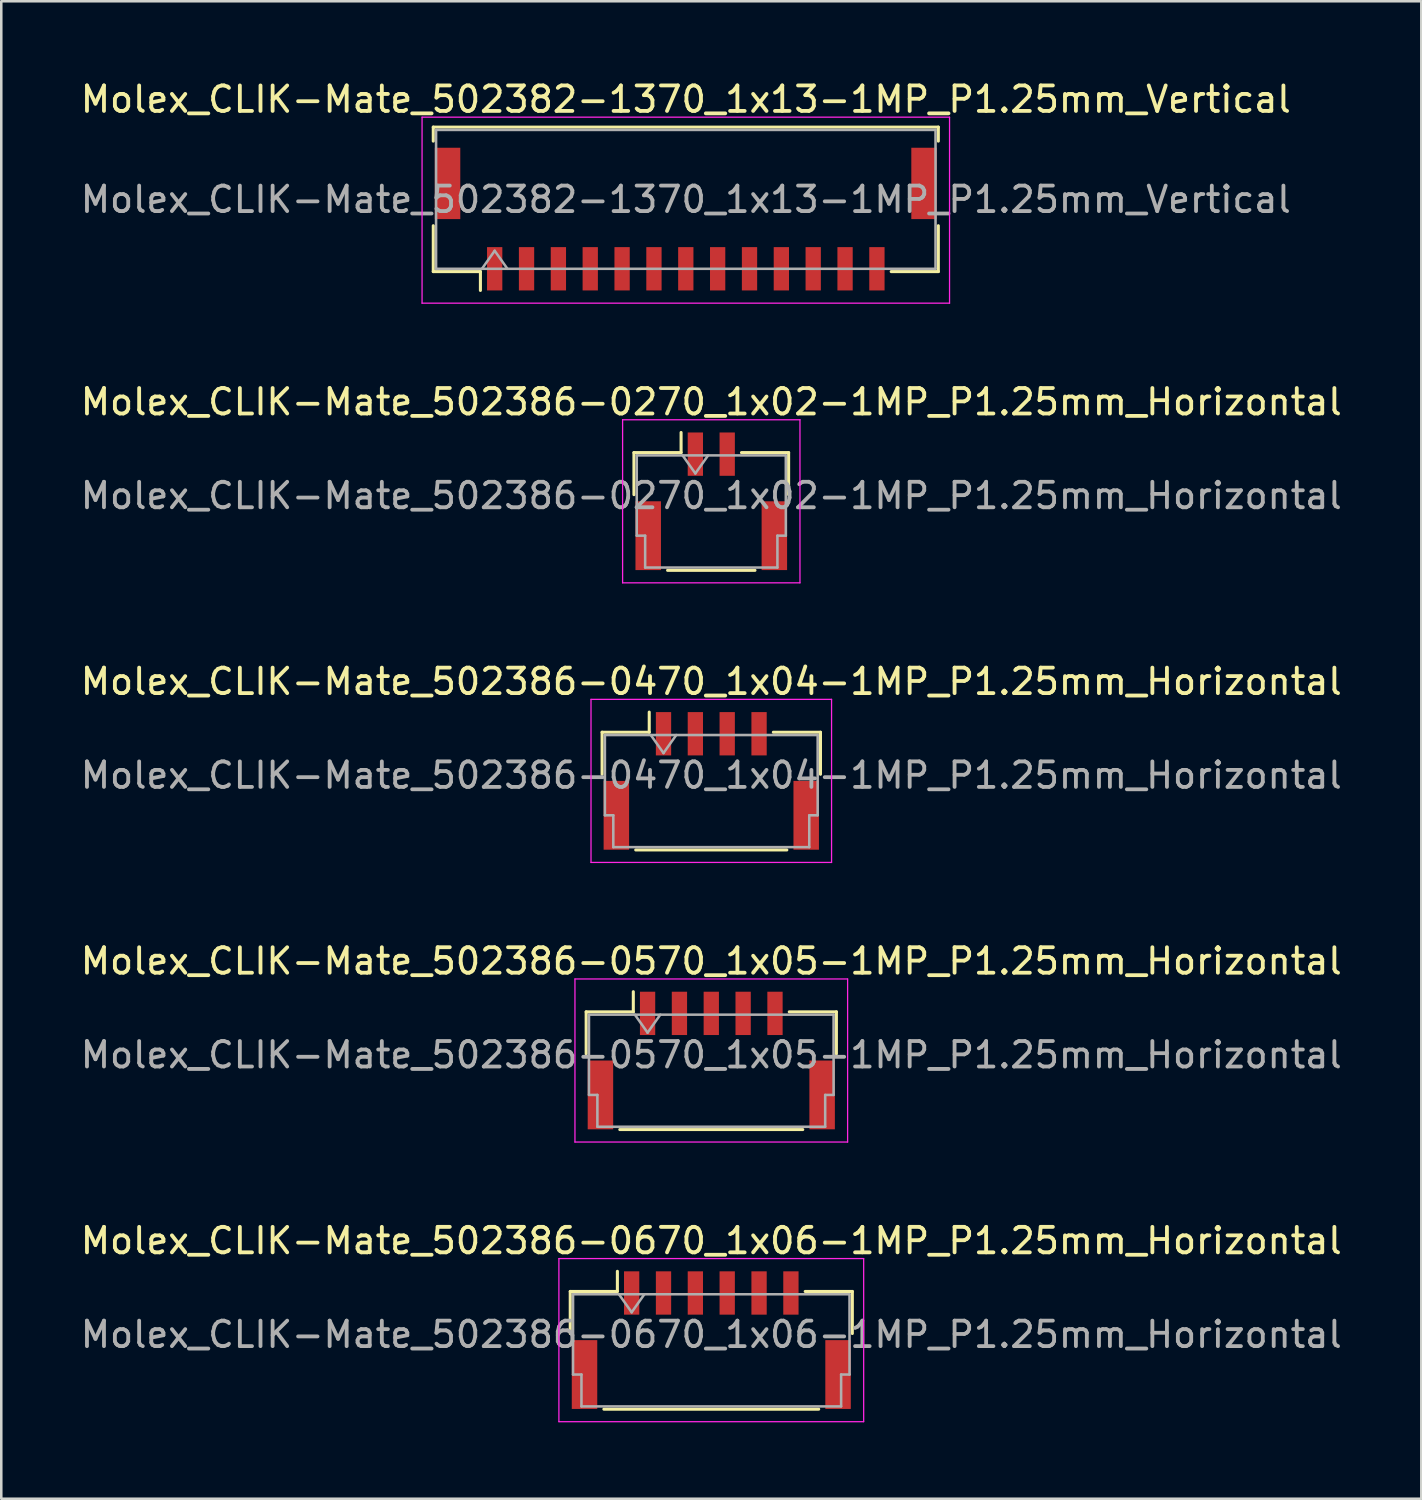
<source format=kicad_pcb>
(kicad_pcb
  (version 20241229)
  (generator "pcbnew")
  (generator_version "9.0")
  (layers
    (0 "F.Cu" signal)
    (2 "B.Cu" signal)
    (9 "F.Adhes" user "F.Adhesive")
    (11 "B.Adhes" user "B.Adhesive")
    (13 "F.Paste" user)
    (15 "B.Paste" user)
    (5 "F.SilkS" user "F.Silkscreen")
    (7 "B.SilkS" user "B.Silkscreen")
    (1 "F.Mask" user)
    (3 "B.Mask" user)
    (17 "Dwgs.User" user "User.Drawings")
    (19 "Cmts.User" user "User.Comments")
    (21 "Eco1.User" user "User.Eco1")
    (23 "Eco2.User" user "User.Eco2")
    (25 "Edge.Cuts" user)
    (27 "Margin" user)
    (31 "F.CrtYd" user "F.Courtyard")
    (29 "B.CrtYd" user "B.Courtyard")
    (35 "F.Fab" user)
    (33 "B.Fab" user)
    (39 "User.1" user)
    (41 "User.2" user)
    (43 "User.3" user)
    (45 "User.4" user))
  (footprint "Molex_CLIK-Mate_502386-0270_1x02-1MP_P1.25mm_Horizontal"
    (layer "F.Cu")
    (at 24.863 16.622)
    (property "Reference" "Molex_CLIK-Mate_502386-0270_1x02-1MP_P1.25mm_Horizontal" (at 0 -3.9 0) (layer "F.SilkS") (effects (font (size 1 1) (thickness 0.15))))
    (attr smd)
    (fp_line (start -3.035 -1.91) (end -1.185 -1.91) (stroke (width 0.12) (type solid)) (layer "F.SilkS"))
    (fp_line (start -3.035 -0.26) (end -3.035 -1.91) (stroke (width 0.12) (type solid)) (layer "F.SilkS"))
    (fp_line (start -1.715 2.71) (end 1.715 2.71) (stroke (width 0.12) (type solid)) (layer "F.SilkS"))
    (fp_line (start -1.185 -1.91) (end -1.185 -2.7) (stroke (width 0.12) (type solid)) (layer "F.SilkS"))
    (fp_line (start 3.035 -1.91) (end 1.185 -1.91) (stroke (width 0.12) (type solid)) (layer "F.SilkS"))
    (fp_line (start 3.035 -0.26) (end 3.035 -1.91) (stroke (width 0.12) (type solid)) (layer "F.SilkS"))
    (fp_line (start -3.48 -3.2) (end -3.48 3.2) (stroke (width 0.05) (type solid)) (layer "F.CrtYd"))
    (fp_line (start -3.48 3.2) (end 3.48 3.2) (stroke (width 0.05) (type solid)) (layer "F.CrtYd"))
    (fp_line (start 3.48 -3.2) (end -3.48 -3.2) (stroke (width 0.05) (type solid)) (layer "F.CrtYd"))
    (fp_line (start 3.48 3.2) (end 3.48 -3.2) (stroke (width 0.05) (type solid)) (layer "F.CrtYd"))
    (fp_line (start -2.925 -1.8) (end -2.925 1.35) (stroke (width 0.1) (type solid)) (layer "F.Fab"))
    (fp_line (start -2.925 -1.8) (end 2.925 -1.8) (stroke (width 0.1) (type solid)) (layer "F.Fab"))
    (fp_line (start -2.925 1.35) (end -2.595 1.35) (stroke (width 0.1) (type solid)) (layer "F.Fab"))
    (fp_line (start -2.595 1.35) (end -2.595 2.6) (stroke (width 0.1) (type solid)) (layer "F.Fab"))
    (fp_line (start -2.595 2.6) (end 2.595 2.6) (stroke (width 0.1) (type solid)) (layer "F.Fab"))
    (fp_line (start -1.125 -1.8) (end -0.625 -1.093) (stroke (width 0.1) (type solid)) (layer "F.Fab"))
    (fp_line (start -0.625 -1.093) (end -0.125 -1.8) (stroke (width 0.1) (type solid)) (layer "F.Fab"))
    (fp_line (start 2.595 1.35) (end 2.925 1.35) (stroke (width 0.1) (type solid)) (layer "F.Fab"))
    (fp_line (start 2.595 2.6) (end 2.595 1.35) (stroke (width 0.1) (type solid)) (layer "F.Fab"))
    (fp_line (start 2.925 -1.8) (end 2.925 1.35) (stroke (width 0.1) (type solid)) (layer "F.Fab"))
    (fp_text user "${REFERENCE}" (at 0 -0.22 0) (layer "F.Fab") (effects (font (size 1 1) (thickness 0.15))))
    (pad "1" smd rect (at -0.625 -1.85) (size 0.6 1.7) (layers "F.Cu" "F.Mask" "F.Paste"))
    (pad "2" smd rect (at 0.625 -1.85) (size 0.6 1.7) (layers "F.Cu" "F.Mask" "F.Paste"))
    (pad "MP" smd rect (at -2.475 1.35) (size 1 2.7) (layers "F.Cu" "F.Mask" "F.Paste"))
    (pad "MP" smd rect (at 2.475 1.35) (size 1 2.7) (layers "F.Cu" "F.Mask" "F.Paste")))
  (footprint "Molex_CLIK-Mate_502386-0470_1x04-1MP_P1.25mm_Horizontal"
    (layer "F.Cu")
    (at 24.863 27.595)
    (property "Reference" "Molex_CLIK-Mate_502386-0470_1x04-1MP_P1.25mm_Horizontal" (at 0 -3.9 0) (layer "F.SilkS") (effects (font (size 1 1) (thickness 0.15))))
    (attr smd)
    (fp_line (start -4.285 -1.91) (end -2.435 -1.91) (stroke (width 0.12) (type solid)) (layer "F.SilkS"))
    (fp_line (start -4.285 -0.26) (end -4.285 -1.91) (stroke (width 0.12) (type solid)) (layer "F.SilkS"))
    (fp_line (start -2.965 2.71) (end 2.965 2.71) (stroke (width 0.12) (type solid)) (layer "F.SilkS"))
    (fp_line (start -2.435 -1.91) (end -2.435 -2.7) (stroke (width 0.12) (type solid)) (layer "F.SilkS"))
    (fp_line (start 4.285 -1.91) (end 2.435 -1.91) (stroke (width 0.12) (type solid)) (layer "F.SilkS"))
    (fp_line (start 4.285 -0.26) (end 4.285 -1.91) (stroke (width 0.12) (type solid)) (layer "F.SilkS"))
    (fp_line (start -4.72 -3.2) (end -4.72 3.2) (stroke (width 0.05) (type solid)) (layer "F.CrtYd"))
    (fp_line (start -4.72 3.2) (end 4.72 3.2) (stroke (width 0.05) (type solid)) (layer "F.CrtYd"))
    (fp_line (start 4.72 -3.2) (end -4.72 -3.2) (stroke (width 0.05) (type solid)) (layer "F.CrtYd"))
    (fp_line (start 4.72 3.2) (end 4.72 -3.2) (stroke (width 0.05) (type solid)) (layer "F.CrtYd"))
    (fp_line (start -4.175 -1.8) (end -4.175 1.35) (stroke (width 0.1) (type solid)) (layer "F.Fab"))
    (fp_line (start -4.175 -1.8) (end 4.175 -1.8) (stroke (width 0.1) (type solid)) (layer "F.Fab"))
    (fp_line (start -4.175 1.35) (end -3.845 1.35) (stroke (width 0.1) (type solid)) (layer "F.Fab"))
    (fp_line (start -3.845 1.35) (end -3.845 2.6) (stroke (width 0.1) (type solid)) (layer "F.Fab"))
    (fp_line (start -3.845 2.6) (end 3.845 2.6) (stroke (width 0.1) (type solid)) (layer "F.Fab"))
    (fp_line (start -2.375 -1.8) (end -1.875 -1.093) (stroke (width 0.1) (type solid)) (layer "F.Fab"))
    (fp_line (start -1.875 -1.093) (end -1.375 -1.8) (stroke (width 0.1) (type solid)) (layer "F.Fab"))
    (fp_line (start 3.845 1.35) (end 4.175 1.35) (stroke (width 0.1) (type solid)) (layer "F.Fab"))
    (fp_line (start 3.845 2.6) (end 3.845 1.35) (stroke (width 0.1) (type solid)) (layer "F.Fab"))
    (fp_line (start 4.175 -1.8) (end 4.175 1.35) (stroke (width 0.1) (type solid)) (layer "F.Fab"))
    (fp_text user "${REFERENCE}" (at 0 -0.22 0) (layer "F.Fab") (effects (font (size 1 1) (thickness 0.15))))
    (pad "1" smd rect (at -1.875 -1.85) (size 0.6 1.7) (layers "F.Cu" "F.Mask" "F.Paste"))
    (pad "2" smd rect (at -0.625 -1.85) (size 0.6 1.7) (layers "F.Cu" "F.Mask" "F.Paste"))
    (pad "3" smd rect (at 0.625 -1.85) (size 0.6 1.7) (layers "F.Cu" "F.Mask" "F.Paste"))
    (pad "4" smd rect (at 1.875 -1.85) (size 0.6 1.7) (layers "F.Cu" "F.Mask" "F.Paste"))
    (pad "MP" smd rect (at -3.725 1.35) (size 1 2.7) (layers "F.Cu" "F.Mask" "F.Paste"))
    (pad "MP" smd rect (at 3.725 1.35) (size 1 2.7) (layers "F.Cu" "F.Mask" "F.Paste")))
  (footprint "Molex_CLIK-Mate_502386-0670_1x06-1MP_P1.25mm_Horizontal"
    (layer "F.Cu")
    (at 24.863 49.541)
    (property "Reference" "Molex_CLIK-Mate_502386-0670_1x06-1MP_P1.25mm_Horizontal" (at 0 -3.9 0) (layer "F.SilkS") (effects (font (size 1 1) (thickness 0.15))))
    (attr smd)
    (fp_line (start -5.535 -1.91) (end -3.685 -1.91) (stroke (width 0.12) (type solid)) (layer "F.SilkS"))
    (fp_line (start -5.535 -0.26) (end -5.535 -1.91) (stroke (width 0.12) (type solid)) (layer "F.SilkS"))
    (fp_line (start -4.215 2.71) (end 4.215 2.71) (stroke (width 0.12) (type solid)) (layer "F.SilkS"))
    (fp_line (start -3.685 -1.91) (end -3.685 -2.7) (stroke (width 0.12) (type solid)) (layer "F.SilkS"))
    (fp_line (start 5.535 -1.91) (end 3.685 -1.91) (stroke (width 0.12) (type solid)) (layer "F.SilkS"))
    (fp_line (start 5.535 -0.26) (end 5.535 -1.91) (stroke (width 0.12) (type solid)) (layer "F.SilkS"))
    (fp_line (start -5.98 -3.2) (end -5.98 3.2) (stroke (width 0.05) (type solid)) (layer "F.CrtYd"))
    (fp_line (start -5.98 3.2) (end 5.98 3.2) (stroke (width 0.05) (type solid)) (layer "F.CrtYd"))
    (fp_line (start 5.98 -3.2) (end -5.98 -3.2) (stroke (width 0.05) (type solid)) (layer "F.CrtYd"))
    (fp_line (start 5.98 3.2) (end 5.98 -3.2) (stroke (width 0.05) (type solid)) (layer "F.CrtYd"))
    (fp_line (start -5.425 -1.8) (end -5.425 1.35) (stroke (width 0.1) (type solid)) (layer "F.Fab"))
    (fp_line (start -5.425 -1.8) (end 5.425 -1.8) (stroke (width 0.1) (type solid)) (layer "F.Fab"))
    (fp_line (start -5.425 1.35) (end -5.095 1.35) (stroke (width 0.1) (type solid)) (layer "F.Fab"))
    (fp_line (start -5.095 1.35) (end -5.095 2.6) (stroke (width 0.1) (type solid)) (layer "F.Fab"))
    (fp_line (start -5.095 2.6) (end 5.095 2.6) (stroke (width 0.1) (type solid)) (layer "F.Fab"))
    (fp_line (start -3.625 -1.8) (end -3.125 -1.093) (stroke (width 0.1) (type solid)) (layer "F.Fab"))
    (fp_line (start -3.125 -1.093) (end -2.625 -1.8) (stroke (width 0.1) (type solid)) (layer "F.Fab"))
    (fp_line (start 5.095 1.35) (end 5.425 1.35) (stroke (width 0.1) (type solid)) (layer "F.Fab"))
    (fp_line (start 5.095 2.6) (end 5.095 1.35) (stroke (width 0.1) (type solid)) (layer "F.Fab"))
    (fp_line (start 5.425 -1.8) (end 5.425 1.35) (stroke (width 0.1) (type solid)) (layer "F.Fab"))
    (fp_text user "${REFERENCE}" (at 0 -0.22 0) (layer "F.Fab") (effects (font (size 1 1) (thickness 0.15))))
    (pad "1" smd rect (at -3.125 -1.85) (size 0.6 1.7) (layers "F.Cu" "F.Mask" "F.Paste"))
    (pad "2" smd rect (at -1.875 -1.85) (size 0.6 1.7) (layers "F.Cu" "F.Mask" "F.Paste"))
    (pad "3" smd rect (at -0.625 -1.85) (size 0.6 1.7) (layers "F.Cu" "F.Mask" "F.Paste"))
    (pad "4" smd rect (at 0.625 -1.85) (size 0.6 1.7) (layers "F.Cu" "F.Mask" "F.Paste"))
    (pad "5" smd rect (at 1.875 -1.85) (size 0.6 1.7) (layers "F.Cu" "F.Mask" "F.Paste"))
    (pad "6" smd rect (at 3.125 -1.85) (size 0.6 1.7) (layers "F.Cu" "F.Mask" "F.Paste"))
    (pad "MP" smd rect (at -4.975 1.35) (size 1 2.7) (layers "F.Cu" "F.Mask" "F.Paste"))
    (pad "MP" smd rect (at 4.975 1.35) (size 1 2.7) (layers "F.Cu" "F.Mask" "F.Paste")))
  (footprint "Molex_CLIK-Mate_502382-1370_1x13-1MP_P1.25mm_Vertical"
    (layer "F.Cu")
    (at 23.863 5.548)
    (property "Reference" "Molex_CLIK-Mate_502382-1370_1x13-1MP_P1.25mm_Vertical" (at 0 -4.7 0) (layer "F.SilkS") (effects (font (size 1 1) (thickness 0.15))))
    (attr smd)
    (fp_line (start -9.91 -3.61) (end 9.91 -3.61) (stroke (width 0.12) (type solid)) (layer "F.SilkS"))
    (fp_line (start -9.91 -3.06) (end -9.91 -3.61) (stroke (width 0.12) (type solid)) (layer "F.SilkS"))
    (fp_line (start -9.91 0.26) (end -9.91 2.06) (stroke (width 0.12) (type solid)) (layer "F.SilkS"))
    (fp_line (start -9.91 2.06) (end -8.06 2.06) (stroke (width 0.12) (type solid)) (layer "F.SilkS"))
    (fp_line (start -8.06 2.06) (end -8.06 2.8) (stroke (width 0.12) (type solid)) (layer "F.SilkS"))
    (fp_line (start 9.91 -3.61) (end 9.91 -3.06) (stroke (width 0.12) (type solid)) (layer "F.SilkS"))
    (fp_line (start 9.91 0.26) (end 9.91 2.06) (stroke (width 0.12) (type solid)) (layer "F.SilkS"))
    (fp_line (start 9.91 2.06) (end 8.06 2.06) (stroke (width 0.12) (type solid)) (layer "F.SilkS"))
    (fp_line (start -10.35 -4) (end -10.35 3.3) (stroke (width 0.05) (type solid)) (layer "F.CrtYd"))
    (fp_line (start -10.35 3.3) (end 10.35 3.3) (stroke (width 0.05) (type solid)) (layer "F.CrtYd"))
    (fp_line (start 10.35 -4) (end -10.35 -4) (stroke (width 0.05) (type solid)) (layer "F.CrtYd"))
    (fp_line (start 10.35 3.3) (end 10.35 -4) (stroke (width 0.05) (type solid)) (layer "F.CrtYd"))
    (fp_line (start -9.8 -3.5) (end 9.8 -3.5) (stroke (width 0.1) (type solid)) (layer "F.Fab"))
    (fp_line (start -9.8 1.95) (end -9.8 -3.5) (stroke (width 0.1) (type solid)) (layer "F.Fab"))
    (fp_line (start -9.8 1.95) (end 9.8 1.95) (stroke (width 0.1) (type solid)) (layer "F.Fab"))
    (fp_line (start -8 1.95) (end -7.5 1.243) (stroke (width 0.1) (type solid)) (layer "F.Fab"))
    (fp_line (start -7.5 1.243) (end -7 1.95) (stroke (width 0.1) (type solid)) (layer "F.Fab"))
    (fp_line (start 9.8 1.95) (end 9.8 -3.5) (stroke (width 0.1) (type solid)) (layer "F.Fab"))
    (fp_text user "${REFERENCE}" (at 0 -0.77 0) (layer "F.Fab") (effects (font (size 1 1) (thickness 0.15))))
    (pad "1" smd rect (at -7.5 1.95) (size 0.6 1.7) (layers "F.Cu" "F.Mask" "F.Paste"))
    (pad "2" smd rect (at -6.25 1.95) (size 0.6 1.7) (layers "F.Cu" "F.Mask" "F.Paste"))
    (pad "3" smd rect (at -5 1.95) (size 0.6 1.7) (layers "F.Cu" "F.Mask" "F.Paste"))
    (pad "4" smd rect (at -3.75 1.95) (size 0.6 1.7) (layers "F.Cu" "F.Mask" "F.Paste"))
    (pad "5" smd rect (at -2.5 1.95) (size 0.6 1.7) (layers "F.Cu" "F.Mask" "F.Paste"))
    (pad "6" smd rect (at -1.25 1.95) (size 0.6 1.7) (layers "F.Cu" "F.Mask" "F.Paste"))
    (pad "7" smd rect (at 0 1.95) (size 0.6 1.7) (layers "F.Cu" "F.Mask" "F.Paste"))
    (pad "8" smd rect (at 1.25 1.95) (size 0.6 1.7) (layers "F.Cu" "F.Mask" "F.Paste"))
    (pad "9" smd rect (at 2.5 1.95) (size 0.6 1.7) (layers "F.Cu" "F.Mask" "F.Paste"))
    (pad "10" smd rect (at 3.75 1.95) (size 0.6 1.7) (layers "F.Cu" "F.Mask" "F.Paste"))
    (pad "11" smd rect (at 5 1.95) (size 0.6 1.7) (layers "F.Cu" "F.Mask" "F.Paste"))
    (pad "12" smd rect (at 6.25 1.95) (size 0.6 1.7) (layers "F.Cu" "F.Mask" "F.Paste"))
    (pad "13" smd rect (at 7.5 1.95) (size 0.6 1.7) (layers "F.Cu" "F.Mask" "F.Paste"))
    (pad "MP" smd rect (at -9.35 -1.4) (size 1 2.8) (layers "F.Cu" "F.Mask" "F.Paste"))
    (pad "MP" smd rect (at 9.35 -1.4) (size 1 2.8) (layers "F.Cu" "F.Mask" "F.Paste")))
  (footprint "Molex_CLIK-Mate_502386-0570_1x05-1MP_P1.25mm_Horizontal"
    (layer "F.Cu")
    (at 24.863 38.568)
    (property "Reference" "Molex_CLIK-Mate_502386-0570_1x05-1MP_P1.25mm_Horizontal" (at 0 -3.9 0) (layer "F.SilkS") (effects (font (size 1 1) (thickness 0.15))))
    (attr smd)
    (fp_line (start -4.91 -1.91) (end -3.06 -1.91) (stroke (width 0.12) (type solid)) (layer "F.SilkS"))
    (fp_line (start -4.91 -0.26) (end -4.91 -1.91) (stroke (width 0.12) (type solid)) (layer "F.SilkS"))
    (fp_line (start -3.59 2.71) (end 3.59 2.71) (stroke (width 0.12) (type solid)) (layer "F.SilkS"))
    (fp_line (start -3.06 -1.91) (end -3.06 -2.7) (stroke (width 0.12) (type solid)) (layer "F.SilkS"))
    (fp_line (start 4.91 -1.91) (end 3.06 -1.91) (stroke (width 0.12) (type solid)) (layer "F.SilkS"))
    (fp_line (start 4.91 -0.26) (end 4.91 -1.91) (stroke (width 0.12) (type solid)) (layer "F.SilkS"))
    (fp_line (start -5.35 -3.2) (end -5.35 3.2) (stroke (width 0.05) (type solid)) (layer "F.CrtYd"))
    (fp_line (start -5.35 3.2) (end 5.35 3.2) (stroke (width 0.05) (type solid)) (layer "F.CrtYd"))
    (fp_line (start 5.35 -3.2) (end -5.35 -3.2) (stroke (width 0.05) (type solid)) (layer "F.CrtYd"))
    (fp_line (start 5.35 3.2) (end 5.35 -3.2) (stroke (width 0.05) (type solid)) (layer "F.CrtYd"))
    (fp_line (start -4.8 -1.8) (end -4.8 1.35) (stroke (width 0.1) (type solid)) (layer "F.Fab"))
    (fp_line (start -4.8 -1.8) (end 4.8 -1.8) (stroke (width 0.1) (type solid)) (layer "F.Fab"))
    (fp_line (start -4.8 1.35) (end -4.47 1.35) (stroke (width 0.1) (type solid)) (layer "F.Fab"))
    (fp_line (start -4.47 1.35) (end -4.47 2.6) (stroke (width 0.1) (type solid)) (layer "F.Fab"))
    (fp_line (start -4.47 2.6) (end 4.47 2.6) (stroke (width 0.1) (type solid)) (layer "F.Fab"))
    (fp_line (start -3 -1.8) (end -2.5 -1.093) (stroke (width 0.1) (type solid)) (layer "F.Fab"))
    (fp_line (start -2.5 -1.093) (end -2 -1.8) (stroke (width 0.1) (type solid)) (layer "F.Fab"))
    (fp_line (start 4.47 1.35) (end 4.8 1.35) (stroke (width 0.1) (type solid)) (layer "F.Fab"))
    (fp_line (start 4.47 2.6) (end 4.47 1.35) (stroke (width 0.1) (type solid)) (layer "F.Fab"))
    (fp_line (start 4.8 -1.8) (end 4.8 1.35) (stroke (width 0.1) (type solid)) (layer "F.Fab"))
    (fp_text user "${REFERENCE}" (at 0 -0.22 0) (layer "F.Fab") (effects (font (size 1 1) (thickness 0.15))))
    (pad "1" smd rect (at -2.5 -1.85) (size 0.6 1.7) (layers "F.Cu" "F.Mask" "F.Paste"))
    (pad "2" smd rect (at -1.25 -1.85) (size 0.6 1.7) (layers "F.Cu" "F.Mask" "F.Paste"))
    (pad "3" smd rect (at 0 -1.85) (size 0.6 1.7) (layers "F.Cu" "F.Mask" "F.Paste"))
    (pad "4" smd rect (at 1.25 -1.85) (size 0.6 1.7) (layers "F.Cu" "F.Mask" "F.Paste"))
    (pad "5" smd rect (at 2.5 -1.85) (size 0.6 1.7) (layers "F.Cu" "F.Mask" "F.Paste"))
    (pad "MP" smd rect (at -4.35 1.35) (size 1 2.7) (layers "F.Cu" "F.Mask" "F.Paste"))
    (pad "MP" smd rect (at 4.35 1.35) (size 1 2.7) (layers "F.Cu" "F.Mask" "F.Paste")))
  (gr_rect
    (start -3 -3)
    (end 52.726 55.766)
    (stroke (width 0.1) (type default))
    (fill no)
    (layer "Edge.Cuts")))
</source>
